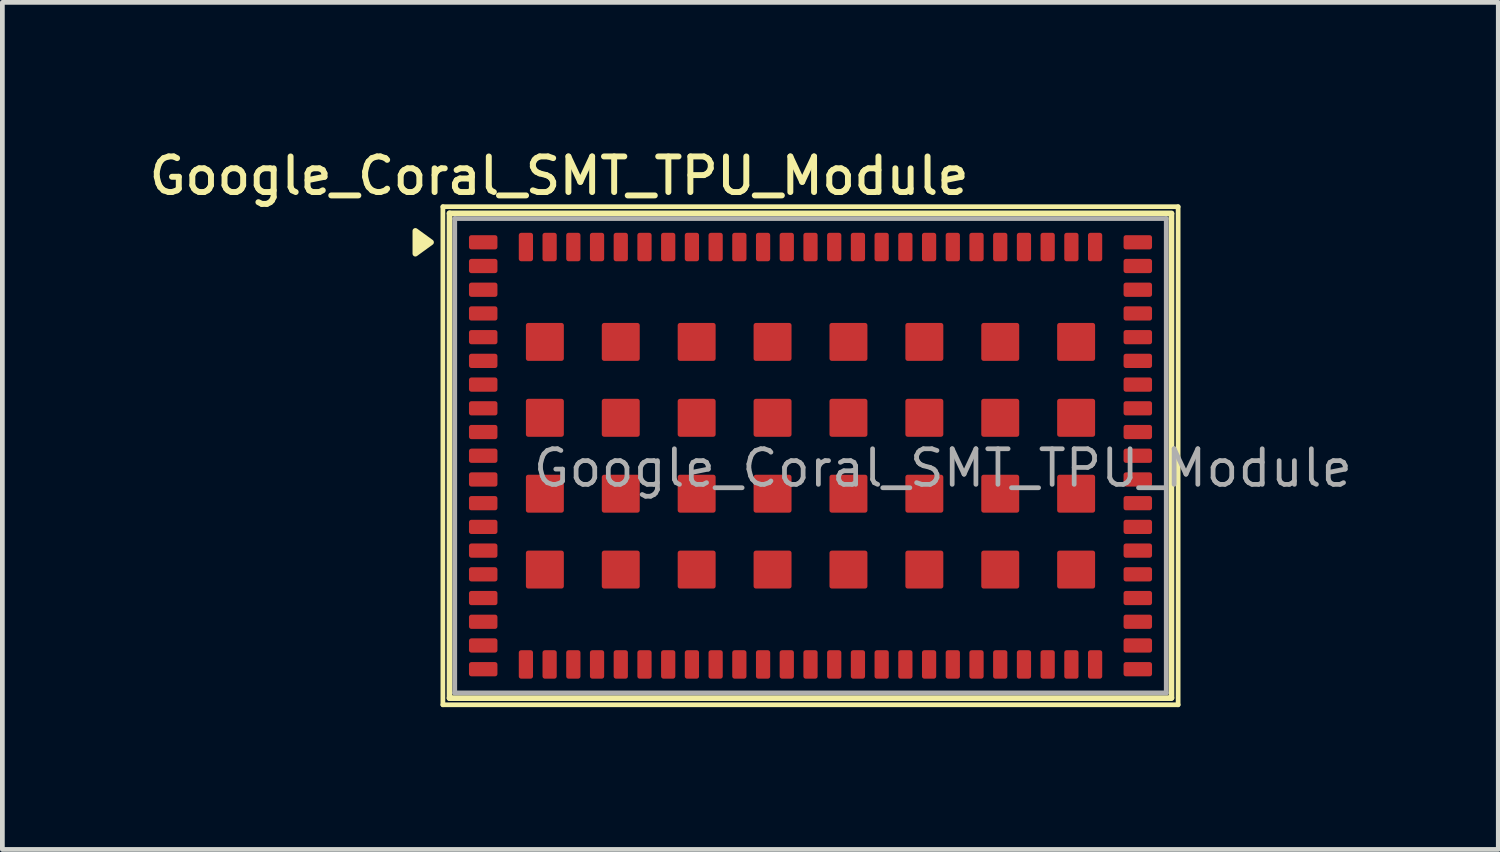
<source format=kicad_pcb>
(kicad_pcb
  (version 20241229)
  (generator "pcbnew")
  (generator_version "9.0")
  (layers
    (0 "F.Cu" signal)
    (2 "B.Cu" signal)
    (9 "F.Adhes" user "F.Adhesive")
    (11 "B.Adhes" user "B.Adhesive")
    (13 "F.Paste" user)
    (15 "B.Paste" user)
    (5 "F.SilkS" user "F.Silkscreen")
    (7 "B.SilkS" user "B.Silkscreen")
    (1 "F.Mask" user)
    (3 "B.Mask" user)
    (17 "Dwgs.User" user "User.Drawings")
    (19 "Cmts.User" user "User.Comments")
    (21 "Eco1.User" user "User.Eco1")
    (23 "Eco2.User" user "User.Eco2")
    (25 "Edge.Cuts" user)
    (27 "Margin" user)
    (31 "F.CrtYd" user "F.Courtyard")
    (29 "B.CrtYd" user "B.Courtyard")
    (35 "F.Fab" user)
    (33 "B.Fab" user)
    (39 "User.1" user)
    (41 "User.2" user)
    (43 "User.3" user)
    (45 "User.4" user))
  (footprint "Google_Coral_SMT_TPU_Module"
    (layer "F.Cu")
    (at 14.037 6.558)
    (property "Reference" "Google_Coral_SMT_TPU_Module" (at -5.3 -5.9 180) (layer "F.SilkS") (effects (font (size 0.75 0.75) (thickness 0.125))))
    (attr smd)
    (fp_line (start -7.75 -5.25) (end 7.75 -5.25) (stroke (width 0.1) (type solid)) (layer "F.SilkS"))
    (fp_line (start -7.75 5.25) (end -7.75 -5.25) (stroke (width 0.1) (type solid)) (layer "F.SilkS"))
    (fp_line (start -7.61 -5.11) (end 7.61 -5.11) (stroke (width 0.12) (type solid)) (layer "F.SilkS"))
    (fp_line (start -7.61 5.11) (end -7.61 -5.11) (stroke (width 0.12) (type solid)) (layer "F.SilkS"))
    (fp_line (start 7.61 -5.1) (end 7.61 5.1) (stroke (width 0.12) (type solid)) (layer "F.SilkS"))
    (fp_line (start 7.61 5.11) (end -7.61 5.11) (stroke (width 0.12) (type solid)) (layer "F.SilkS"))
    (fp_line (start 7.75 -5.25) (end 7.75 5.25) (stroke (width 0.1) (type solid)) (layer "F.SilkS"))
    (fp_line (start 7.75 5.25) (end -7.75 5.25) (stroke (width 0.1) (type solid)) (layer "F.SilkS"))
    (fp_poly (pts (xy -8 -4.5) (xy -8.33 -4.26) (xy -8.33 -4.74) (xy -8 -4.5)) (stroke (width 0.12) (type solid)) (fill yes) (layer "F.SilkS"))
    (fp_line (start -7.5 -5) (end 7.5 -5) (stroke (width 0.1) (type solid)) (layer "F.Fab"))
    (fp_line (start -7.5 5) (end -7.5 -5) (stroke (width 0.1) (type solid)) (layer "F.Fab"))
    (fp_line (start 7.5 -5) (end 7.5 5) (stroke (width 0.1) (type solid)) (layer "F.Fab"))
    (fp_line (start 7.5 5) (end -7.5 5) (stroke (width 0.1) (type solid)) (layer "F.Fab"))
    (fp_text user "${REFERENCE}" (at -5.9 0.7 0) (unlocked yes) (layer "F.Fab") (effects (font (size 0.75 0.75) (thickness 0.1)) (justify left bottom)))
    (pad "1" smd roundrect (at -6.9 -4.5 270) (size 0.3 0.6) (layers "F.Cu" "F.Mask" "F.Paste") (roundrect_rratio 0.167))
    (pad "2" smd roundrect (at -6.9 -4 270) (size 0.3 0.6) (layers "F.Cu" "F.Mask" "F.Paste") (roundrect_rratio 0.167))
    (pad "3" smd roundrect (at -6.9 -3.5 270) (size 0.3 0.6) (layers "F.Cu" "F.Mask" "F.Paste") (roundrect_rratio 0.167))
    (pad "4" smd roundrect (at -6.9 -3 270) (size 0.3 0.6) (layers "F.Cu" "F.Mask" "F.Paste") (roundrect_rratio 0.167))
    (pad "5" smd roundrect (at -6.9 -2.5 270) (size 0.3 0.6) (layers "F.Cu" "F.Mask" "F.Paste") (roundrect_rratio 0.167))
    (pad "6" smd roundrect (at -6.9 -2 270) (size 0.3 0.6) (layers "F.Cu" "F.Mask" "F.Paste") (roundrect_rratio 0.167))
    (pad "7" smd roundrect (at -6.9 -1.5 270) (size 0.3 0.6) (layers "F.Cu" "F.Mask" "F.Paste") (roundrect_rratio 0.167))
    (pad "8" smd roundrect (at -6.9 -1 270) (size 0.3 0.6) (layers "F.Cu" "F.Mask" "F.Paste") (roundrect_rratio 0.167))
    (pad "9" smd roundrect (at -6.9 -0.5 270) (size 0.3 0.6) (layers "F.Cu" "F.Mask" "F.Paste") (roundrect_rratio 0.167))
    (pad "10" smd roundrect (at -6.9 0 270) (size 0.3 0.6) (layers "F.Cu" "F.Mask" "F.Paste") (roundrect_rratio 0.167))
    (pad "11" smd roundrect (at -6.9 0.5 270) (size 0.3 0.6) (layers "F.Cu" "F.Mask" "F.Paste") (roundrect_rratio 0.167))
    (pad "12" smd roundrect (at -6.9 1 270) (size 0.3 0.6) (layers "F.Cu" "F.Mask" "F.Paste") (roundrect_rratio 0.167))
    (pad "13" smd roundrect (at -6.9 1.5 270) (size 0.3 0.6) (layers "F.Cu" "F.Mask" "F.Paste") (roundrect_rratio 0.167))
    (pad "14" smd roundrect (at -6.9 2 270) (size 0.3 0.6) (layers "F.Cu" "F.Mask" "F.Paste") (roundrect_rratio 0.167))
    (pad "15" smd roundrect (at -6.9 2.5 270) (size 0.3 0.6) (layers "F.Cu" "F.Mask" "F.Paste") (roundrect_rratio 0.167))
    (pad "16" smd roundrect (at -6.9 3 270) (size 0.3 0.6) (layers "F.Cu" "F.Mask" "F.Paste") (roundrect_rratio 0.167))
    (pad "17" smd roundrect (at -6.9 3.5 270) (size 0.3 0.6) (layers "F.Cu" "F.Mask" "F.Paste") (roundrect_rratio 0.167))
    (pad "18" smd roundrect (at -6.9 4 270) (size 0.3 0.6) (layers "F.Cu" "F.Mask" "F.Paste") (roundrect_rratio 0.167))
    (pad "19" smd roundrect (at -6.9 4.5 270) (size 0.3 0.6) (layers "F.Cu" "F.Mask" "F.Paste") (roundrect_rratio 0.167))
    (pad "20" smd roundrect (at -6 4.4 270) (size 0.6 0.3) (layers "F.Cu" "F.Mask" "F.Paste") (roundrect_rratio 0.167))
    (pad "21" smd roundrect (at -5.5 4.4 270) (size 0.6 0.3) (layers "F.Cu" "F.Mask" "F.Paste") (roundrect_rratio 0.167))
    (pad "22" smd roundrect (at -5 4.4 270) (size 0.6 0.3) (layers "F.Cu" "F.Mask" "F.Paste") (roundrect_rratio 0.167))
    (pad "23" smd roundrect (at -4.5 4.4 270) (size 0.6 0.3) (layers "F.Cu" "F.Mask" "F.Paste") (roundrect_rratio 0.167))
    (pad "24" smd roundrect (at -4 4.4 270) (size 0.6 0.3) (layers "F.Cu" "F.Mask" "F.Paste") (roundrect_rratio 0.167))
    (pad "25" smd roundrect (at -3.5 4.4 270) (size 0.6 0.3) (layers "F.Cu" "F.Mask" "F.Paste") (roundrect_rratio 0.167))
    (pad "26" smd roundrect (at -3 4.4 270) (size 0.6 0.3) (layers "F.Cu" "F.Mask" "F.Paste") (roundrect_rratio 0.167))
    (pad "27" smd roundrect (at -2.5 4.4 270) (size 0.6 0.3) (layers "F.Cu" "F.Mask" "F.Paste") (roundrect_rratio 0.167))
    (pad "28" smd roundrect (at -2 4.4 270) (size 0.6 0.3) (layers "F.Cu" "F.Mask" "F.Paste") (roundrect_rratio 0.167))
    (pad "29" smd roundrect (at -1.5 4.4 270) (size 0.6 0.3) (layers "F.Cu" "F.Mask" "F.Paste") (roundrect_rratio 0.167))
    (pad "30" smd roundrect (at -1 4.4 270) (size 0.6 0.3) (layers "F.Cu" "F.Mask" "F.Paste") (roundrect_rratio 0.167))
    (pad "31" smd roundrect (at -0.5 4.4 270) (size 0.6 0.3) (layers "F.Cu" "F.Mask" "F.Paste") (roundrect_rratio 0.167))
    (pad "32" smd roundrect (at 0 4.4 270) (size 0.6 0.3) (layers "F.Cu" "F.Mask" "F.Paste") (roundrect_rratio 0.167))
    (pad "33" smd roundrect (at 0.5 4.4 270) (size 0.6 0.3) (layers "F.Cu" "F.Mask" "F.Paste") (roundrect_rratio 0.167))
    (pad "34" smd roundrect (at 1 4.4 270) (size 0.6 0.3) (layers "F.Cu" "F.Mask" "F.Paste") (roundrect_rratio 0.167))
    (pad "35" smd roundrect (at 1.5 4.4 270) (size 0.6 0.3) (layers "F.Cu" "F.Mask" "F.Paste") (roundrect_rratio 0.167))
    (pad "36" smd roundrect (at 2 4.4 270) (size 0.6 0.3) (layers "F.Cu" "F.Mask" "F.Paste") (roundrect_rratio 0.167))
    (pad "37" smd roundrect (at 2.5 4.4 270) (size 0.6 0.3) (layers "F.Cu" "F.Mask" "F.Paste") (roundrect_rratio 0.167))
    (pad "38" smd roundrect (at 3 4.4 270) (size 0.6 0.3) (layers "F.Cu" "F.Mask" "F.Paste") (roundrect_rratio 0.167))
    (pad "39" smd roundrect (at 3.5 4.4 270) (size 0.6 0.3) (layers "F.Cu" "F.Mask" "F.Paste") (roundrect_rratio 0.167))
    (pad "40" smd roundrect (at 4 4.4 270) (size 0.6 0.3) (layers "F.Cu" "F.Mask" "F.Paste") (roundrect_rratio 0.167))
    (pad "41" smd roundrect (at 4.5 4.4 270) (size 0.6 0.3) (layers "F.Cu" "F.Mask" "F.Paste") (roundrect_rratio 0.167))
    (pad "42" smd roundrect (at 5 4.4 270) (size 0.6 0.3) (layers "F.Cu" "F.Mask" "F.Paste") (roundrect_rratio 0.167))
    (pad "43" smd roundrect (at 5.5 4.4 270) (size 0.6 0.3) (layers "F.Cu" "F.Mask" "F.Paste") (roundrect_rratio 0.167))
    (pad "44" smd roundrect (at 6 4.4 270) (size 0.6 0.3) (layers "F.Cu" "F.Mask" "F.Paste") (roundrect_rratio 0.167))
    (pad "45" smd roundrect (at 6.9 4.5 270) (size 0.3 0.6) (layers "F.Cu" "F.Mask" "F.Paste") (roundrect_rratio 0.167))
    (pad "46" smd roundrect (at 6.9 4 270) (size 0.3 0.6) (layers "F.Cu" "F.Mask" "F.Paste") (roundrect_rratio 0.167))
    (pad "47" smd roundrect (at 6.9 3.5 270) (size 0.3 0.6) (layers "F.Cu" "F.Mask" "F.Paste") (roundrect_rratio 0.167))
    (pad "48" smd roundrect (at 6.9 3 270) (size 0.3 0.6) (layers "F.Cu" "F.Mask" "F.Paste") (roundrect_rratio 0.167))
    (pad "49" smd roundrect (at 6.9 2.5 270) (size 0.3 0.6) (layers "F.Cu" "F.Mask" "F.Paste") (roundrect_rratio 0.167))
    (pad "50" smd roundrect (at 6.9 2 270) (size 0.3 0.6) (layers "F.Cu" "F.Mask" "F.Paste") (roundrect_rratio 0.167))
    (pad "51" smd roundrect (at 6.9 1.5 270) (size 0.3 0.6) (layers "F.Cu" "F.Mask" "F.Paste") (roundrect_rratio 0.167))
    (pad "52" smd roundrect (at 6.9 1 270) (size 0.3 0.6) (layers "F.Cu" "F.Mask" "F.Paste") (roundrect_rratio 0.167))
    (pad "53" smd roundrect (at 6.9 0.5 270) (size 0.3 0.6) (layers "F.Cu" "F.Mask" "F.Paste") (roundrect_rratio 0.167))
    (pad "54" smd roundrect (at 6.9 0 270) (size 0.3 0.6) (layers "F.Cu" "F.Mask" "F.Paste") (roundrect_rratio 0.167))
    (pad "55" smd roundrect (at 6.9 -0.5 270) (size 0.3 0.6) (layers "F.Cu" "F.Mask" "F.Paste") (roundrect_rratio 0.167))
    (pad "56" smd roundrect (at 6.9 -1 270) (size 0.3 0.6) (layers "F.Cu" "F.Mask" "F.Paste") (roundrect_rratio 0.167))
    (pad "57" smd roundrect (at 6.9 -1.5 270) (size 0.3 0.6) (layers "F.Cu" "F.Mask" "F.Paste") (roundrect_rratio 0.167))
    (pad "58" smd roundrect (at 6.9 -2 270) (size 0.3 0.6) (layers "F.Cu" "F.Mask" "F.Paste") (roundrect_rratio 0.167))
    (pad "59" smd roundrect (at 6.9 -2.5 270) (size 0.3 0.6) (layers "F.Cu" "F.Mask" "F.Paste") (roundrect_rratio 0.167))
    (pad "60" smd roundrect (at 6.9 -3 270) (size 0.3 0.6) (layers "F.Cu" "F.Mask" "F.Paste") (roundrect_rratio 0.167))
    (pad "61" smd roundrect (at 6.9 -3.5 270) (size 0.3 0.6) (layers "F.Cu" "F.Mask" "F.Paste") (roundrect_rratio 0.167))
    (pad "62" smd roundrect (at 6.9 -4 270) (size 0.3 0.6) (layers "F.Cu" "F.Mask" "F.Paste") (roundrect_rratio 0.167))
    (pad "63" smd roundrect (at 6.9 -4.5 270) (size 0.3 0.6) (layers "F.Cu" "F.Mask" "F.Paste") (roundrect_rratio 0.167))
    (pad "64" smd roundrect (at 6 -4.4 270) (size 0.6 0.3) (layers "F.Cu" "F.Mask" "F.Paste") (roundrect_rratio 0.167))
    (pad "65" smd roundrect (at 5.5 -4.4 270) (size 0.6 0.3) (layers "F.Cu" "F.Mask" "F.Paste") (roundrect_rratio 0.167))
    (pad "66" smd roundrect (at 5 -4.4 270) (size 0.6 0.3) (layers "F.Cu" "F.Mask" "F.Paste") (roundrect_rratio 0.167))
    (pad "67" smd roundrect (at 4.5 -4.4 270) (size 0.6 0.3) (layers "F.Cu" "F.Mask" "F.Paste") (roundrect_rratio 0.167))
    (pad "68" smd roundrect (at 4 -4.4 270) (size 0.6 0.3) (layers "F.Cu" "F.Mask" "F.Paste") (roundrect_rratio 0.167))
    (pad "69" smd roundrect (at 3.5 -4.4 270) (size 0.6 0.3) (layers "F.Cu" "F.Mask" "F.Paste") (roundrect_rratio 0.167))
    (pad "70" smd roundrect (at 3 -4.4 270) (size 0.6 0.3) (layers "F.Cu" "F.Mask" "F.Paste") (roundrect_rratio 0.167))
    (pad "71" smd roundrect (at 2.5 -4.4 270) (size 0.6 0.3) (layers "F.Cu" "F.Mask" "F.Paste") (roundrect_rratio 0.167))
    (pad "72" smd roundrect (at 2 -4.4 270) (size 0.6 0.3) (layers "F.Cu" "F.Mask" "F.Paste") (roundrect_rratio 0.167))
    (pad "73" smd roundrect (at 1.5 -4.4 270) (size 0.6 0.3) (layers "F.Cu" "F.Mask" "F.Paste") (roundrect_rratio 0.167))
    (pad "74" smd roundrect (at 1 -4.4 270) (size 0.6 0.3) (layers "F.Cu" "F.Mask" "F.Paste") (roundrect_rratio 0.167))
    (pad "75" smd roundrect (at 0.5 -4.4 270) (size 0.6 0.3) (layers "F.Cu" "F.Mask" "F.Paste") (roundrect_rratio 0.167))
    (pad "76" smd roundrect (at 0 -4.4 270) (size 0.6 0.3) (layers "F.Cu" "F.Mask" "F.Paste") (roundrect_rratio 0.167))
    (pad "77" smd roundrect (at -0.5 -4.4 270) (size 0.6 0.3) (layers "F.Cu" "F.Mask" "F.Paste") (roundrect_rratio 0.167))
    (pad "78" smd roundrect (at -1 -4.4 270) (size 0.6 0.3) (layers "F.Cu" "F.Mask" "F.Paste") (roundrect_rratio 0.167))
    (pad "79" smd roundrect (at -1.5 -4.4 270) (size 0.6 0.3) (layers "F.Cu" "F.Mask" "F.Paste") (roundrect_rratio 0.167))
    (pad "80" smd roundrect (at -2 -4.4 270) (size 0.6 0.3) (layers "F.Cu" "F.Mask" "F.Paste") (roundrect_rratio 0.167))
    (pad "81" smd roundrect (at -2.5 -4.4 270) (size 0.6 0.3) (layers "F.Cu" "F.Mask" "F.Paste") (roundrect_rratio 0.167))
    (pad "82" smd roundrect (at -3 -4.4 270) (size 0.6 0.3) (layers "F.Cu" "F.Mask" "F.Paste") (roundrect_rratio 0.167))
    (pad "83" smd roundrect (at -3.5 -4.4 270) (size 0.6 0.3) (layers "F.Cu" "F.Mask" "F.Paste") (roundrect_rratio 0.167))
    (pad "84" smd roundrect (at -4 -4.4 270) (size 0.6 0.3) (layers "F.Cu" "F.Mask" "F.Paste") (roundrect_rratio 0.167))
    (pad "85" smd roundrect (at -4.5 -4.4 270) (size 0.6 0.3) (layers "F.Cu" "F.Mask" "F.Paste") (roundrect_rratio 0.167))
    (pad "86" smd roundrect (at -5 -4.4 270) (size 0.6 0.3) (layers "F.Cu" "F.Mask" "F.Paste") (roundrect_rratio 0.167))
    (pad "87" smd roundrect (at -5.5 -4.4 270) (size 0.6 0.3) (layers "F.Cu" "F.Mask" "F.Paste") (roundrect_rratio 0.167))
    (pad "88" smd roundrect (at -6 -4.4 270) (size 0.6 0.3) (layers "F.Cu" "F.Mask" "F.Paste") (roundrect_rratio 0.167))
    (pad "89" smd roundrect (at 5.6 -2.4 270) (size 0.8 0.8) (layers "F.Cu" "F.Mask" "F.Paste") (roundrect_rratio 0.062))
    (pad "90" smd roundrect (at 4 -2.4 270) (size 0.8 0.8) (layers "F.Cu" "F.Mask" "F.Paste") (roundrect_rratio 0.062))
    (pad "91" smd roundrect (at 2.4 -2.4 270) (size 0.8 0.8) (layers "F.Cu" "F.Mask" "F.Paste") (roundrect_rratio 0.062))
    (pad "92" smd roundrect (at 0.8 -2.4 270) (size 0.8 0.8) (layers "F.Cu" "F.Mask" "F.Paste") (roundrect_rratio 0.062))
    (pad "93" smd roundrect (at -0.8 -2.4 270) (size 0.8 0.8) (layers "F.Cu" "F.Mask" "F.Paste") (roundrect_rratio 0.062))
    (pad "94" smd roundrect (at -2.4 -2.4 270) (size 0.8 0.8) (layers "F.Cu" "F.Mask" "F.Paste") (roundrect_rratio 0.062))
    (pad "95" smd roundrect (at -4 -2.4 270) (size 0.8 0.8) (layers "F.Cu" "F.Mask" "F.Paste") (roundrect_rratio 0.062))
    (pad "96" smd roundrect (at -5.6 -2.4 270) (size 0.8 0.8) (layers "F.Cu" "F.Mask" "F.Paste") (roundrect_rratio 0.062))
    (pad "97" smd roundrect (at 5.6 -0.8 270) (size 0.8 0.8) (layers "F.Cu" "F.Mask" "F.Paste") (roundrect_rratio 0.062))
    (pad "98" smd roundrect (at 4 -0.8 270) (size 0.8 0.8) (layers "F.Cu" "F.Mask" "F.Paste") (roundrect_rratio 0.062))
    (pad "99" smd roundrect (at 2.4 -0.8 270) (size 0.8 0.8) (layers "F.Cu" "F.Mask" "F.Paste") (roundrect_rratio 0.062))
    (pad "100" smd roundrect (at 0.8 -0.8 270) (size 0.8 0.8) (layers "F.Cu" "F.Mask" "F.Paste") (roundrect_rratio 0.062))
    (pad "101" smd roundrect (at -0.8 -0.8 270) (size 0.8 0.8) (layers "F.Cu" "F.Mask" "F.Paste") (roundrect_rratio 0.062))
    (pad "102" smd roundrect (at -2.4 -0.8 270) (size 0.8 0.8) (layers "F.Cu" "F.Mask" "F.Paste") (roundrect_rratio 0.062))
    (pad "103" smd roundrect (at -4 -0.8 270) (size 0.8 0.8) (layers "F.Cu" "F.Mask" "F.Paste") (roundrect_rratio 0.062))
    (pad "104" smd roundrect (at -5.6 -0.8 270) (size 0.8 0.8) (layers "F.Cu" "F.Mask" "F.Paste") (roundrect_rratio 0.062))
    (pad "105" smd roundrect (at 5.6 0.8 270) (size 0.8 0.8) (layers "F.Cu" "F.Mask" "F.Paste") (roundrect_rratio 0.062))
    (pad "106" smd roundrect (at 4 0.8 270) (size 0.8 0.8) (layers "F.Cu" "F.Mask" "F.Paste") (roundrect_rratio 0.062))
    (pad "107" smd roundrect (at 2.4 0.8 270) (size 0.8 0.8) (layers "F.Cu" "F.Mask" "F.Paste") (roundrect_rratio 0.062))
    (pad "108" smd roundrect (at 0.8 0.8 270) (size 0.8 0.8) (layers "F.Cu" "F.Mask" "F.Paste") (roundrect_rratio 0.062))
    (pad "109" smd roundrect (at -0.8 0.8 270) (size 0.8 0.8) (layers "F.Cu" "F.Mask" "F.Paste") (roundrect_rratio 0.062))
    (pad "110" smd roundrect (at -2.4 0.8 270) (size 0.8 0.8) (layers "F.Cu" "F.Mask" "F.Paste") (roundrect_rratio 0.062))
    (pad "111" smd roundrect (at -4 0.8 270) (size 0.8 0.8) (layers "F.Cu" "F.Mask" "F.Paste") (roundrect_rratio 0.062))
    (pad "112" smd roundrect (at -5.6 0.8 270) (size 0.8 0.8) (layers "F.Cu" "F.Mask" "F.Paste") (roundrect_rratio 0.062))
    (pad "113" smd roundrect (at 5.6 2.4 270) (size 0.8 0.8) (layers "F.Cu" "F.Mask" "F.Paste") (roundrect_rratio 0.062))
    (pad "114" smd roundrect (at 4 2.4 270) (size 0.8 0.8) (layers "F.Cu" "F.Mask" "F.Paste") (roundrect_rratio 0.062))
    (pad "115" smd roundrect (at 2.4 2.4 270) (size 0.8 0.8) (layers "F.Cu" "F.Mask" "F.Paste") (roundrect_rratio 0.062))
    (pad "116" smd roundrect (at 0.8 2.4 270) (size 0.8 0.8) (layers "F.Cu" "F.Mask" "F.Paste") (roundrect_rratio 0.062))
    (pad "117" smd roundrect (at -0.8 2.4 270) (size 0.8 0.8) (layers "F.Cu" "F.Mask" "F.Paste") (roundrect_rratio 0.062))
    (pad "118" smd roundrect (at -2.4 2.4 270) (size 0.8 0.8) (layers "F.Cu" "F.Mask" "F.Paste") (roundrect_rratio 0.062))
    (pad "119" smd roundrect (at -4 2.4 270) (size 0.8 0.8) (layers "F.Cu" "F.Mask" "F.Paste") (roundrect_rratio 0.062))
    (pad "120" smd roundrect (at -5.6 2.4 270) (size 0.8 0.8) (layers "F.Cu" "F.Mask" "F.Paste") (roundrect_rratio 0.062)))
  (gr_rect
    (start -3 -3)
    (end 28.537 14.858)
    (stroke (width 0.1) (type default))
    (fill no)
    (layer "Edge.Cuts")))
</source>
